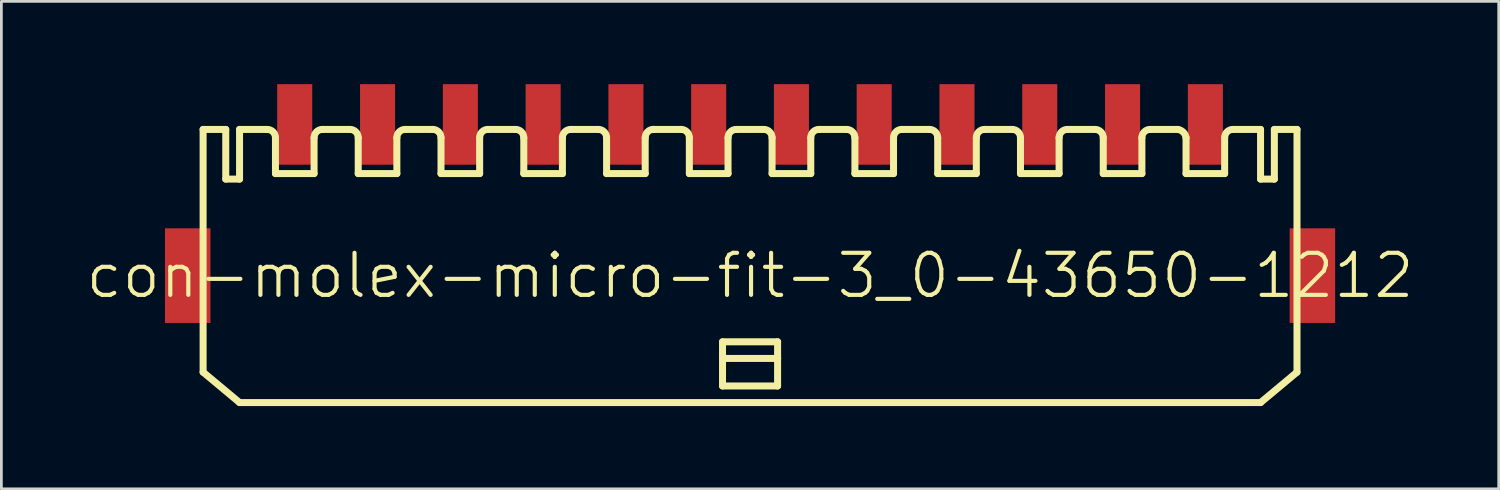
<source format=kicad_pcb>
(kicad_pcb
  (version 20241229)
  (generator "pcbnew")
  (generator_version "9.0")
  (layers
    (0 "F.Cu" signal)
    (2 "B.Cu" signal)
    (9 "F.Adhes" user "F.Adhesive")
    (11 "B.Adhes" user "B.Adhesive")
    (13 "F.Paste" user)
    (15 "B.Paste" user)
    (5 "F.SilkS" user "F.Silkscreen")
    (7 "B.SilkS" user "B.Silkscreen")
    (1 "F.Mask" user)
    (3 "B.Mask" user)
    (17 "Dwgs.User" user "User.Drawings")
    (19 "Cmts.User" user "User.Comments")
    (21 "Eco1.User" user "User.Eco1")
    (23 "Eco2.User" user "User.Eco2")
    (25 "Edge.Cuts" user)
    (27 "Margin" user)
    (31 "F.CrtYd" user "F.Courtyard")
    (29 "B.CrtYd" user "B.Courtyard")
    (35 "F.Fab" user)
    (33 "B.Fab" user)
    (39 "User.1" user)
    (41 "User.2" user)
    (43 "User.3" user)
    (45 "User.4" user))
  (footprint "con-molex-micro-fit-3_0-43650-1212"
    (layer "F.Cu")
    (at 24.13 6.938)
    (property "Reference" "con-molex-micro-fit-3_0-43650-1212" (at 0 0 0) (layer "F.SilkS") (effects (font (size 1.524 1.524) (thickness 0.15))))
    (attr smd)
    (fp_line (start -19.82 -5.298) (end -18.999 -5.298) (stroke (width 0.254) (type solid)) (layer "F.SilkS"))
    (fp_line (start -19.82 3.498) (end -19.82 -5.298) (stroke (width 0.254) (type solid)) (layer "F.SilkS"))
    (fp_line (start -19.82 3.498) (end -18.499 4.6) (stroke (width 0.254) (type solid)) (layer "F.SilkS"))
    (fp_line (start -18.999 -5.298) (end -18.999 -3.498) (stroke (width 0.254) (type solid)) (layer "F.SilkS"))
    (fp_line (start -18.999 -3.498) (end -18.499 -3.498) (stroke (width 0.254) (type solid)) (layer "F.SilkS"))
    (fp_line (start -18.499 -5.298) (end -17.498 -5.298) (stroke (width 0.254) (type solid)) (layer "F.SilkS"))
    (fp_line (start -18.499 -3.498) (end -18.499 -5.298) (stroke (width 0.254) (type solid)) (layer "F.SilkS"))
    (fp_line (start -17.198 -3.698) (end -17.198 -4.999) (stroke (width 0.254) (type solid)) (layer "F.SilkS"))
    (fp_line (start -17.198 -3.698) (end -15.799 -3.698) (stroke (width 0.254) (type solid)) (layer "F.SilkS"))
    (fp_line (start -15.799 -3.698) (end -15.799 -4.999) (stroke (width 0.254) (type solid)) (layer "F.SilkS"))
    (fp_line (start -15.499 -5.298) (end -14.498 -5.298) (stroke (width 0.254) (type solid)) (layer "F.SilkS"))
    (fp_line (start -14.199 -3.698) (end -14.199 -4.999) (stroke (width 0.254) (type solid)) (layer "F.SilkS"))
    (fp_line (start -14.199 -3.698) (end -12.799 -3.698) (stroke (width 0.254) (type solid)) (layer "F.SilkS"))
    (fp_line (start -12.799 -3.698) (end -12.799 -4.999) (stroke (width 0.254) (type solid)) (layer "F.SilkS"))
    (fp_line (start -12.499 -5.298) (end -11.499 -5.298) (stroke (width 0.254) (type solid)) (layer "F.SilkS"))
    (fp_line (start -11.199 -3.698) (end -11.199 -4.999) (stroke (width 0.254) (type solid)) (layer "F.SilkS"))
    (fp_line (start -11.199 -3.698) (end -9.799 -3.698) (stroke (width 0.254) (type solid)) (layer "F.SilkS"))
    (fp_line (start -9.799 -3.698) (end -9.799 -4.999) (stroke (width 0.254) (type solid)) (layer "F.SilkS"))
    (fp_line (start -9.5 -5.298) (end -8.499 -5.298) (stroke (width 0.254) (type solid)) (layer "F.SilkS"))
    (fp_line (start -8.199 -3.698) (end -8.199 -4.999) (stroke (width 0.254) (type solid)) (layer "F.SilkS"))
    (fp_line (start -8.199 -3.698) (end -6.8 -3.698) (stroke (width 0.254) (type solid)) (layer "F.SilkS"))
    (fp_line (start -6.8 -3.698) (end -6.8 -4.999) (stroke (width 0.254) (type solid)) (layer "F.SilkS"))
    (fp_line (start -6.5 -5.298) (end -5.499 -5.298) (stroke (width 0.254) (type solid)) (layer "F.SilkS"))
    (fp_line (start -5.199 -3.698) (end -5.199 -4.999) (stroke (width 0.254) (type solid)) (layer "F.SilkS"))
    (fp_line (start -5.199 -3.698) (end -3.8 -3.698) (stroke (width 0.254) (type solid)) (layer "F.SilkS"))
    (fp_line (start -3.8 -3.698) (end -3.8 -4.999) (stroke (width 0.254) (type solid)) (layer "F.SilkS"))
    (fp_line (start -3.498 -5.298) (end -2.499 -5.298) (stroke (width 0.254) (type solid)) (layer "F.SilkS"))
    (fp_line (start -2.2 -3.698) (end -2.2 -4.999) (stroke (width 0.254) (type solid)) (layer "F.SilkS"))
    (fp_line (start -2.2 -3.698) (end -0.798 -3.698) (stroke (width 0.254) (type solid)) (layer "F.SilkS"))
    (fp_line (start -0.998 2.398) (end 0.998 2.398) (stroke (width 0.254) (type solid)) (layer "F.SilkS"))
    (fp_line (start -0.998 3) (end -0.998 2.398) (stroke (width 0.254) (type solid)) (layer "F.SilkS"))
    (fp_line (start -0.998 3) (end 0.998 3) (stroke (width 0.254) (type solid)) (layer "F.SilkS"))
    (fp_line (start -0.998 3.998) (end -0.998 3) (stroke (width 0.254) (type solid)) (layer "F.SilkS"))
    (fp_line (start -0.798 -3.698) (end -0.798 -4.999) (stroke (width 0.254) (type solid)) (layer "F.SilkS"))
    (fp_line (start -0.498 -5.298) (end 0.498 -5.298) (stroke (width 0.254) (type solid)) (layer "F.SilkS"))
    (fp_line (start 0.798 -3.698) (end 0.798 -4.999) (stroke (width 0.254) (type solid)) (layer "F.SilkS"))
    (fp_line (start 0.798 -3.698) (end 2.2 -3.698) (stroke (width 0.254) (type solid)) (layer "F.SilkS"))
    (fp_line (start 0.998 2.398) (end 0.998 3) (stroke (width 0.254) (type solid)) (layer "F.SilkS"))
    (fp_line (start 0.998 3) (end 0.998 3.998) (stroke (width 0.254) (type solid)) (layer "F.SilkS"))
    (fp_line (start 0.998 3.998) (end -0.998 3.998) (stroke (width 0.254) (type solid)) (layer "F.SilkS"))
    (fp_line (start 2.2 -3.698) (end 2.2 -4.999) (stroke (width 0.254) (type solid)) (layer "F.SilkS"))
    (fp_line (start 2.499 -5.298) (end 3.498 -5.298) (stroke (width 0.254) (type solid)) (layer "F.SilkS"))
    (fp_line (start 3.8 -3.698) (end 3.8 -4.999) (stroke (width 0.254) (type solid)) (layer "F.SilkS"))
    (fp_line (start 3.8 -3.698) (end 5.199 -3.698) (stroke (width 0.254) (type solid)) (layer "F.SilkS"))
    (fp_line (start 5.199 -3.698) (end 5.199 -4.999) (stroke (width 0.254) (type solid)) (layer "F.SilkS"))
    (fp_line (start 5.499 -5.298) (end 6.5 -5.298) (stroke (width 0.254) (type solid)) (layer "F.SilkS"))
    (fp_line (start 6.8 -3.698) (end 6.8 -4.999) (stroke (width 0.254) (type solid)) (layer "F.SilkS"))
    (fp_line (start 6.8 -3.698) (end 8.199 -3.698) (stroke (width 0.254) (type solid)) (layer "F.SilkS"))
    (fp_line (start 8.199 -3.698) (end 8.199 -4.999) (stroke (width 0.254) (type solid)) (layer "F.SilkS"))
    (fp_line (start 8.499 -5.298) (end 9.5 -5.298) (stroke (width 0.254) (type solid)) (layer "F.SilkS"))
    (fp_line (start 9.799 -3.698) (end 9.799 -4.999) (stroke (width 0.254) (type solid)) (layer "F.SilkS"))
    (fp_line (start 9.799 -3.698) (end 11.199 -3.698) (stroke (width 0.254) (type solid)) (layer "F.SilkS"))
    (fp_line (start 11.199 -3.698) (end 11.199 -4.999) (stroke (width 0.254) (type solid)) (layer "F.SilkS"))
    (fp_line (start 11.499 -5.298) (end 12.499 -5.298) (stroke (width 0.254) (type solid)) (layer "F.SilkS"))
    (fp_line (start 12.799 -3.698) (end 12.799 -4.999) (stroke (width 0.254) (type solid)) (layer "F.SilkS"))
    (fp_line (start 12.799 -3.698) (end 14.199 -3.698) (stroke (width 0.254) (type solid)) (layer "F.SilkS"))
    (fp_line (start 14.199 -3.698) (end 14.199 -4.999) (stroke (width 0.254) (type solid)) (layer "F.SilkS"))
    (fp_line (start 14.498 -5.298) (end 15.499 -5.298) (stroke (width 0.254) (type solid)) (layer "F.SilkS"))
    (fp_line (start 15.799 -4.999) (end 15.799 -3.698) (stroke (width 0.254) (type solid)) (layer "F.SilkS"))
    (fp_line (start 15.799 -3.698) (end 17.198 -3.698) (stroke (width 0.254) (type solid)) (layer "F.SilkS"))
    (fp_line (start 17.198 -3.698) (end 17.198 -4.999) (stroke (width 0.254) (type solid)) (layer "F.SilkS"))
    (fp_line (start 17.498 -5.298) (end 18.499 -5.298) (stroke (width 0.254) (type solid)) (layer "F.SilkS"))
    (fp_line (start 18.499 -3.498) (end 18.499 -5.298) (stroke (width 0.254) (type solid)) (layer "F.SilkS"))
    (fp_line (start 18.499 4.6) (end -18.499 4.6) (stroke (width 0.254) (type solid)) (layer "F.SilkS"))
    (fp_line (start 18.999 -5.298) (end 18.999 -3.498) (stroke (width 0.254) (type solid)) (layer "F.SilkS"))
    (fp_line (start 18.999 -5.298) (end 19.82 -5.298) (stroke (width 0.254) (type solid)) (layer "F.SilkS"))
    (fp_line (start 18.999 -3.498) (end 18.499 -3.498) (stroke (width 0.254) (type solid)) (layer "F.SilkS"))
    (fp_line (start 19.82 -5.298) (end 19.82 3.498) (stroke (width 0.254) (type solid)) (layer "F.SilkS"))
    (fp_line (start 19.82 3.498) (end 18.499 4.6) (stroke (width 0.254) (type solid)) (layer "F.SilkS"))
    (fp_arc (start -17.49806 -5.29844) (mid -17.286126 -5.210654) (end -17.19834 -4.99872) (stroke (width 0.254) (type solid)) (layer "F.SilkS"))
    (fp_arc (start -15.7988 -4.99872) (mid -15.711014 -5.210654) (end -15.49908 -5.29844) (stroke (width 0.254) (type solid)) (layer "F.SilkS"))
    (fp_arc (start -14.49832 -5.29844) (mid -14.286386 -5.210654) (end -14.1986 -4.99872) (stroke (width 0.254) (type solid)) (layer "F.SilkS"))
    (fp_arc (start -12.79906 -4.99872) (mid -12.711274 -5.210654) (end -12.49934 -5.29844) (stroke (width 0.254) (type solid)) (layer "F.SilkS"))
    (fp_arc (start -11.49858 -5.29844) (mid -11.286646 -5.210654) (end -11.19886 -4.99872) (stroke (width 0.254) (type solid)) (layer "F.SilkS"))
    (fp_arc (start -9.79932 -4.99872) (mid -9.711534 -5.210654) (end -9.4996 -5.29844) (stroke (width 0.254) (type solid)) (layer "F.SilkS"))
    (fp_arc (start -8.49884 -5.29844) (mid -8.286906 -5.210654) (end -8.19912 -4.99872) (stroke (width 0.254) (type solid)) (layer "F.SilkS"))
    (fp_arc (start -6.79958 -4.99872) (mid -6.711794 -5.210654) (end -6.49986 -5.29844) (stroke (width 0.254) (type solid)) (layer "F.SilkS"))
    (fp_arc (start -5.4991 -5.29844) (mid -5.287166 -5.210654) (end -5.19938 -4.99872) (stroke (width 0.254) (type solid)) (layer "F.SilkS"))
    (fp_arc (start -3.79984 -4.99872) (mid -3.71131 -5.21245) (end -3.49758 -5.30098) (stroke (width 0.254) (type solid)) (layer "F.SilkS"))
    (fp_arc (start -2.49936 -5.29844) (mid -2.287426 -5.210654) (end -2.19964 -4.99872) (stroke (width 0.254) (type solid)) (layer "F.SilkS"))
    (fp_arc (start -0.79756 -4.99872) (mid -0.709774 -5.210654) (end -0.49784 -5.29844) (stroke (width 0.254) (type solid)) (layer "F.SilkS"))
    (fp_arc (start 0.49784 -5.29844) (mid 0.709774 -5.210654) (end 0.79756 -4.99872) (stroke (width 0.254) (type solid)) (layer "F.SilkS"))
    (fp_arc (start 2.19964 -4.99872) (mid 2.287426 -5.210654) (end 2.49936 -5.29844) (stroke (width 0.254) (type solid)) (layer "F.SilkS"))
    (fp_arc (start 3.49758 -5.29844) (mid 3.709514 -5.210654) (end 3.7973 -4.99872) (stroke (width 0.254) (type solid)) (layer "F.SilkS"))
    (fp_arc (start 5.19938 -4.99872) (mid 5.287166 -5.210654) (end 5.4991 -5.29844) (stroke (width 0.254) (type solid)) (layer "F.SilkS"))
    (fp_arc (start 6.49986 -5.29844) (mid 6.711794 -5.210654) (end 6.79958 -4.99872) (stroke (width 0.254) (type solid)) (layer "F.SilkS"))
    (fp_arc (start 8.19912 -4.99872) (mid 8.286906 -5.210654) (end 8.49884 -5.29844) (stroke (width 0.254) (type solid)) (layer "F.SilkS"))
    (fp_arc (start 9.4996 -5.29844) (mid 9.711534 -5.210654) (end 9.79932 -4.99872) (stroke (width 0.254) (type solid)) (layer "F.SilkS"))
    (fp_arc (start 11.19886 -4.99872) (mid 11.286646 -5.210654) (end 11.49858 -5.29844) (stroke (width 0.254) (type solid)) (layer "F.SilkS"))
    (fp_arc (start 12.49934 -5.29844) (mid 12.711274 -5.210654) (end 12.79906 -4.99872) (stroke (width 0.254) (type solid)) (layer "F.SilkS"))
    (fp_arc (start 14.1986 -4.99872) (mid 14.286386 -5.210654) (end 14.49832 -5.29844) (stroke (width 0.254) (type solid)) (layer "F.SilkS"))
    (fp_arc (start 15.49908 -5.29844) (mid 15.699145 -5.197943) (end 15.798969 -4.997541) (stroke (width 0.254) (type solid)) (layer "F.SilkS"))
    (fp_arc (start 17.19834 -4.99872) (mid 17.286126 -5.210654) (end 17.49806 -5.29844) (stroke (width 0.254) (type solid)) (layer "F.SilkS"))
    (pad "P$1" smd rect (at 16.5 -5.479) (size 1.27 2.918) (layers "F.Cu" "F.Mask" "F.Paste"))
    (pad "P$2" smd rect (at 13.498 -5.479) (size 1.27 2.918) (layers "F.Cu" "F.Mask" "F.Paste"))
    (pad "P$3" smd rect (at 10.498 -5.479) (size 1.27 2.918) (layers "F.Cu" "F.Mask" "F.Paste"))
    (pad "P$4" smd rect (at 7.498 -5.479) (size 1.27 2.918) (layers "F.Cu" "F.Mask" "F.Paste"))
    (pad "P$5" smd rect (at 4.498 -5.479) (size 1.27 2.918) (layers "F.Cu" "F.Mask" "F.Paste"))
    (pad "P$6" smd rect (at 1.499 -5.479) (size 1.27 2.918) (layers "F.Cu" "F.Mask" "F.Paste"))
    (pad "P$7" smd rect (at -1.499 -5.479) (size 1.27 2.918) (layers "F.Cu" "F.Mask" "F.Paste"))
    (pad "P$8" smd rect (at -4.498 -5.479) (size 1.27 2.918) (layers "F.Cu" "F.Mask" "F.Paste"))
    (pad "P$9" smd rect (at -7.498 -5.479) (size 1.27 2.918) (layers "F.Cu" "F.Mask" "F.Paste"))
    (pad "P$10" smd rect (at -10.498 -5.479) (size 1.27 2.918) (layers "F.Cu" "F.Mask" "F.Paste"))
    (pad "P$11" smd rect (at -13.498 -5.479) (size 1.27 2.918) (layers "F.Cu" "F.Mask" "F.Paste"))
    (pad "P$12" smd rect (at -16.5 -5.479) (size 1.27 2.918) (layers "F.Cu" "F.Mask" "F.Paste"))
    (pad "TAB1" smd rect (at 20.378 0) (size 1.648 3.429) (layers "F.Cu" "F.Mask" "F.Paste"))
    (pad "TAB2" smd rect (at -20.378 0) (size 1.648 3.429) (layers "F.Cu" "F.Mask" "F.Paste")))
  (gr_rect
    (start -3 -3)
    (end 51.26 14.665)
    (stroke (width 0.1) (type default))
    (fill no)
    (layer "Edge.Cuts")))
</source>
